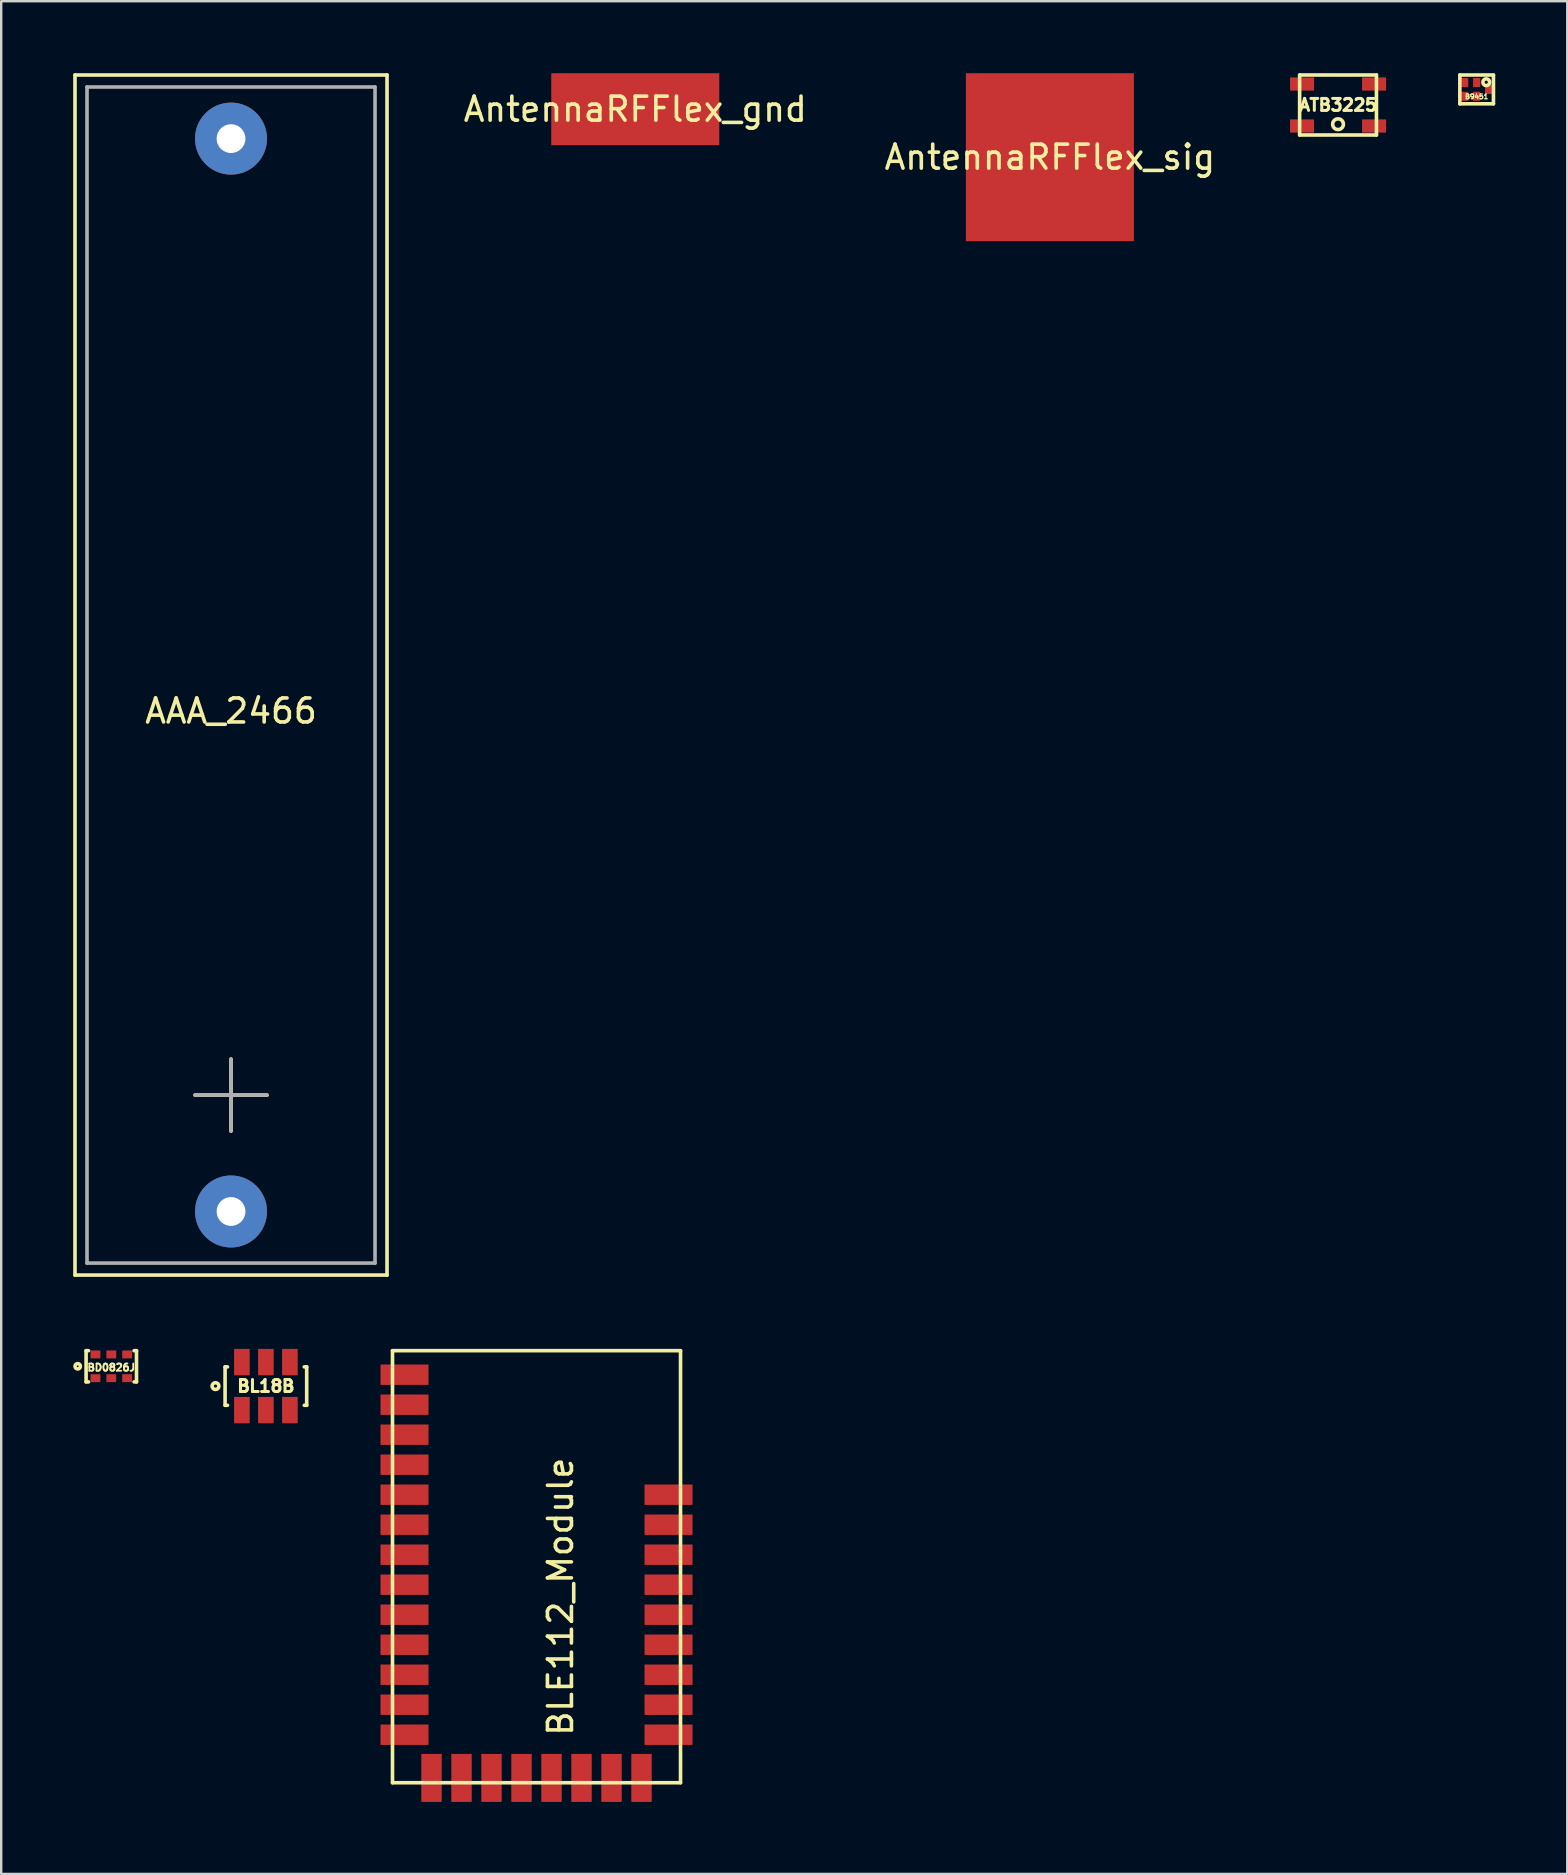
<source format=kicad_pcb>
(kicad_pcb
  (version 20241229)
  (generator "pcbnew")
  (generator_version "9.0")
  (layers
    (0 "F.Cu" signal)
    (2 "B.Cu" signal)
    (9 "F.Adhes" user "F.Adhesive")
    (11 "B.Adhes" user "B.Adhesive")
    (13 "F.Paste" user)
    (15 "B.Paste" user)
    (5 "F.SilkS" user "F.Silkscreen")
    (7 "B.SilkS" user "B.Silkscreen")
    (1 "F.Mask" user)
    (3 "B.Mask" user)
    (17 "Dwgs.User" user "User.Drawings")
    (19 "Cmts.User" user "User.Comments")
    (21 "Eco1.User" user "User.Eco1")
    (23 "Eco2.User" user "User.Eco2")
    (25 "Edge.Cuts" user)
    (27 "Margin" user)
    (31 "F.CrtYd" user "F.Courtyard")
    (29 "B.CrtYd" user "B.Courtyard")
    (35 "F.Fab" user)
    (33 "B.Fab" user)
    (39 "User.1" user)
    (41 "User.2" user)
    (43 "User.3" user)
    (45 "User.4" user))
  (footprint "BLE112_Module"
    (layer "F.Cu")
    (at 19.303 64.225)
    (property "Reference" "BLE112_Module" (at 1 -0.75 90) (layer "F.SilkS") (effects (font (size 1 1) (thickness 0.15))))
    (attr through_hole)
    (fp_line (start -6 -11) (end -6 7) (stroke (width 0.15) (type solid)) (layer "F.SilkS"))
    (fp_line (start -6 -11) (end 6 -11) (stroke (width 0.15) (type solid)) (layer "F.SilkS"))
    (fp_line (start -6 7) (end 6 7) (stroke (width 0.15) (type solid)) (layer "F.SilkS"))
    (fp_line (start 6 7) (end 6 -11) (stroke (width 0.15) (type solid)) (layer "F.SilkS"))
    (pad "1" smd rect (at -5.5 -10) (size 2 0.85) (layers "F.Cu" "F.Mask" "F.Paste"))
    (pad "2" smd rect (at -5.5 -8.75) (size 2 0.85) (layers "F.Cu" "F.Mask" "F.Paste"))
    (pad "3" smd rect (at -5.5 -7.5) (size 2 0.85) (layers "F.Cu" "F.Mask" "F.Paste"))
    (pad "4" smd rect (at -5.5 -6.25) (size 2 0.85) (layers "F.Cu" "F.Mask" "F.Paste"))
    (pad "5" smd rect (at -5.5 -5) (size 2 0.85) (layers "F.Cu" "F.Mask" "F.Paste"))
    (pad "6" smd rect (at -5.5 -3.75) (size 2 0.85) (layers "F.Cu" "F.Mask" "F.Paste"))
    (pad "7" smd rect (at -5.5 -2.5) (size 2 0.85) (layers "F.Cu" "F.Mask" "F.Paste"))
    (pad "8" smd rect (at -5.5 -1.25) (size 2 0.85) (layers "F.Cu" "F.Mask" "F.Paste"))
    (pad "9" smd rect (at -5.5 0) (size 2 0.85) (layers "F.Cu" "F.Mask" "F.Paste"))
    (pad "10" smd rect (at -5.5 1.25) (size 2 0.85) (layers "F.Cu" "F.Mask" "F.Paste"))
    (pad "11" smd rect (at -5.5 2.5) (size 2 0.85) (layers "F.Cu" "F.Mask" "F.Paste"))
    (pad "12" smd rect (at -5.5 3.75) (size 2 0.85) (layers "F.Cu" "F.Mask" "F.Paste"))
    (pad "13" smd rect (at -5.5 5) (size 2 0.85) (layers "F.Cu" "F.Mask" "F.Paste"))
    (pad "14" smd rect (at -4.375 6.8 90) (size 2 0.85) (layers "F.Cu" "F.Mask" "F.Paste"))
    (pad "15" smd rect (at -3.125 6.8 90) (size 2 0.85) (layers "F.Cu" "F.Mask" "F.Paste"))
    (pad "16" smd rect (at -1.875 6.8 90) (size 2 0.85) (layers "F.Cu" "F.Mask" "F.Paste"))
    (pad "17" smd rect (at -0.625 6.8 90) (size 2 0.85) (layers "F.Cu" "F.Mask" "F.Paste"))
    (pad "18" smd rect (at 0.625 6.8 90) (size 2 0.85) (layers "F.Cu" "F.Mask" "F.Paste"))
    (pad "19" smd rect (at 1.875 6.8 90) (size 2 0.85) (layers "F.Cu" "F.Mask" "F.Paste"))
    (pad "20" smd rect (at 3.125 6.8 90) (size 2 0.85) (layers "F.Cu" "F.Mask" "F.Paste"))
    (pad "21" smd rect (at 4.375 6.8 90) (size 2 0.85) (layers "F.Cu" "F.Mask" "F.Paste"))
    (pad "22" smd rect (at 5.5 5) (size 2 0.85) (layers "F.Cu" "F.Mask" "F.Paste"))
    (pad "23" smd rect (at 5.5 3.75) (size 2 0.85) (layers "F.Cu" "F.Mask" "F.Paste"))
    (pad "24" smd rect (at 5.5 2.5) (size 2 0.85) (layers "F.Cu" "F.Mask" "F.Paste"))
    (pad "25" smd rect (at 5.5 1.25) (size 2 0.85) (layers "F.Cu" "F.Mask" "F.Paste"))
    (pad "26" smd rect (at 5.5 0) (size 2 0.85) (layers "F.Cu" "F.Mask" "F.Paste"))
    (pad "27" smd rect (at 5.5 -1.25) (size 2 0.85) (layers "F.Cu" "F.Mask" "F.Paste"))
    (pad "28" smd rect (at 5.5 -2.5) (size 2 0.85) (layers "F.Cu" "F.Mask" "F.Paste"))
    (pad "29" smd rect (at 5.5 -3.75) (size 2 0.85) (layers "F.Cu" "F.Mask" "F.Paste"))
    (pad "30" smd rect (at 5.5 -5) (size 2 0.85) (layers "F.Cu" "F.Mask" "F.Paste")))
  (footprint "AAA_2466"
    (layer "F.Cu")
    (at 6.575 25.075)
    (property "Reference" "AAA_2466" (at 0 1.5 0) (layer "F.SilkS") (effects (font (size 1 1) (thickness 0.15))))
    (attr through_hole)
    (fp_line (start -6.5 -25) (end 6.5 -25) (stroke (width 0.15) (type solid)) (layer "F.SilkS"))
    (fp_line (start -6.5 25) (end -6.5 -25) (stroke (width 0.15) (type solid)) (layer "F.SilkS"))
    (fp_line (start -1.5 17.5) (end 1.5 17.5) (stroke (width 0.15) (type solid)) (layer "F.SilkS"))
    (fp_line (start 0 16) (end 0 19) (stroke (width 0.15) (type solid)) (layer "F.SilkS"))
    (fp_line (start 6.5 -25) (end 6.5 25) (stroke (width 0.15) (type solid)) (layer "F.SilkS"))
    (fp_line (start 6.5 25) (end -6.5 25) (stroke (width 0.15) (type solid)) (layer "F.SilkS"))
    (fp_line (start -6 -24.5) (end 6 -24.5) (stroke (width 0.15) (type solid)) (layer "F.Fab"))
    (fp_line (start -6 24.5) (end -6 -24.5) (stroke (width 0.15) (type solid)) (layer "F.Fab"))
    (fp_line (start -1.5 17.5) (end 1.5 17.5) (stroke (width 0.15) (type solid)) (layer "F.Fab"))
    (fp_line (start 0 19) (end 0 16) (stroke (width 0.15) (type solid)) (layer "F.Fab"))
    (fp_line (start 6 -24.5) (end 6 24.5) (stroke (width 0.15) (type solid)) (layer "F.Fab"))
    (fp_line (start 6 24.5) (end -6 24.5) (stroke (width 0.15) (type solid)) (layer "F.Fab"))
    (pad "1" thru_hole circle (at 0 22.35) (size 3 3) (drill 1.2) (layers "*.Cu" "*.Mask"))
    (pad "2" thru_hole circle (at 0 -22.35) (size 3 3) (drill 1.2) (layers "*.Cu" "*.Mask")))
  (footprint "AntennaRFFlex_sig"
    (layer "F.Cu")
    (at 40.692 3.5)
    (property "Reference" "AntennaRFFlex_sig" (at 0 0 0) (layer "F.SilkS") (effects (font (size 1 1) (thickness 0.15))))
    (attr through_hole)
    (pad "1" smd rect (at 0 0) (size 7 7) (layers "F.Cu" "F.Mask" "F.Paste")))
  (footprint "BL18B"
    (layer "F.Cu")
    (at 8.028 54.7)
    (property "Reference" "BL18B" (at 0 0 0) (layer "F.SilkS") (effects (font (size 0.5 0.5) (thickness 0.125))))
    (attr smd)
    (fp_line (start -1.7 -0.8) (end -1.7 0.8) (stroke (width 0.15) (type solid)) (layer "F.SilkS"))
    (fp_line (start -1.7 0.8) (end -1.6 0.8) (stroke (width 0.15) (type solid)) (layer "F.SilkS"))
    (fp_line (start -1.6 -0.8) (end -1.7 -0.8) (stroke (width 0.15) (type solid)) (layer "F.SilkS"))
    (fp_line (start 1.6 -0.8) (end 1.7 -0.8) (stroke (width 0.15) (type solid)) (layer "F.SilkS"))
    (fp_line (start 1.7 -0.8) (end 1.7 0.8) (stroke (width 0.15) (type solid)) (layer "F.SilkS"))
    (fp_line (start 1.7 0.8) (end 1.6 0.8) (stroke (width 0.15) (type solid)) (layer "F.SilkS"))
    (fp_circle (center -2.1 0) (end -2 0.1) (stroke (width 0.15) (type solid)) (fill no) (layer "F.SilkS"))
    (pad "1" smd rect (at -1 1) (size 0.65 1.1) (layers "F.Cu" "F.Mask" "F.Paste"))
    (pad "2" smd rect (at 0 1) (size 0.65 1.1) (layers "F.Cu" "F.Mask" "F.Paste"))
    (pad "3" smd rect (at 1 1) (size 0.65 1.1) (layers "F.Cu" "F.Mask" "F.Paste"))
    (pad "4" smd rect (at 1 -1) (size 0.65 1.1) (layers "F.Cu" "F.Mask" "F.Paste"))
    (pad "5" smd rect (at 0 -1) (size 0.65 1.1) (layers "F.Cu" "F.Mask" "F.Paste"))
    (pad "6" smd rect (at -1 -1) (size 0.65 1.1) (layers "F.Cu" "F.Mask" "F.Paste")))
  (footprint "B9451"
    (layer "F.Cu")
    (at 58.473 0.675)
    (property "Reference" "B9451" (at 0 0.3 0) (layer "F.SilkS") (effects (font (size 0.2 0.2) (thickness 0.05))))
    (attr through_hole)
    (fp_line (start -0.7 -0.6) (end 0.7 -0.6) (stroke (width 0.15) (type solid)) (layer "F.SilkS"))
    (fp_line (start -0.7 0.6) (end -0.7 -0.6) (stroke (width 0.15) (type solid)) (layer "F.SilkS"))
    (fp_line (start 0.7 -0.6) (end 0.7 0.6) (stroke (width 0.15) (type solid)) (layer "F.SilkS"))
    (fp_line (start 0.7 0.6) (end -0.7 0.6) (stroke (width 0.15) (type solid)) (layer "F.SilkS"))
    (fp_circle (center 0.4 -0.3) (end 0.5 -0.2) (stroke (width 0.15) (type solid)) (fill no) (layer "F.SilkS"))
    (pad "1" smd rect (at 0.5 0) (size 0.3 0.375) (layers "F.Cu" "F.Mask" "F.Paste"))
    (pad "2" smd rect (at 0 -0.287) (size 0.3 0.375) (layers "F.Cu" "F.Mask" "F.Paste"))
    (pad "3" smd rect (at -0.5 -0.287) (size 0.3 0.375) (layers "F.Cu" "F.Mask" "F.Paste"))
    (pad "4" smd rect (at -0.5 0.287) (size 0.3 0.375) (layers "F.Cu" "F.Mask" "F.Paste"))
    (pad "5" smd rect (at 0 0.287) (size 0.3 0.375) (layers "F.Cu" "F.Mask" "F.Paste")))
  (footprint "AntennaRFFlex_gnd"
    (layer "F.Cu")
    (at 23.418 1.5)
    (property "Reference" "AntennaRFFlex_gnd" (at 0 0 0) (layer "F.SilkS") (effects (font (size 1 1) (thickness 0.15))))
    (attr through_hole)
    (pad "1" smd rect (at 0 0) (size 7 3) (layers "F.Cu" "F.Mask" "F.Paste")))
  (footprint "ATB3225"
    (layer "F.Cu")
    (at 52.698 1.325)
    (property "Reference" "ATB3225" (at 0 0 0) (layer "F.SilkS") (effects (font (size 0.5 0.5) (thickness 0.125))))
    (attr through_hole)
    (fp_line (start -1.6 -1.25) (end -1.6 1.25) (stroke (width 0.15) (type solid)) (layer "F.SilkS"))
    (fp_line (start -1.6 1.25) (end 1.6 1.25) (stroke (width 0.15) (type solid)) (layer "F.SilkS"))
    (fp_line (start 1.6 -1.25) (end -1.6 -1.25) (stroke (width 0.15) (type solid)) (layer "F.SilkS"))
    (fp_line (start 1.6 1.25) (end 1.6 -1.25) (stroke (width 0.15) (type solid)) (layer "F.SilkS"))
    (fp_circle (center 0 0.8) (end 0.1 1) (stroke (width 0.15) (type solid)) (fill no) (layer "F.SilkS"))
    (pad "1" smd rect (at -1.5 0.875) (size 1 0.55) (layers "F.Cu" "F.Mask" "F.Paste"))
    (pad "2" smd rect (at -1.5 -0.875) (size 1 0.55) (layers "F.Cu" "F.Mask" "F.Paste"))
    (pad "3" smd rect (at 1.5 -0.875) (size 1 0.55) (layers "F.Cu" "F.Mask" "F.Paste"))
    (pad "4" smd rect (at 1.5 0.875) (size 1 0.55) (layers "F.Cu" "F.Mask" "F.Paste")))
  (footprint "BD0826J"
    (layer "F.Cu")
    (at 1.587 53.875)
    (property "Reference" "BD0826J" (at 0 0.05 0) (layer "F.SilkS") (effects (font (size 0.3 0.3) (thickness 0.075))))
    (attr smd)
    (fp_line (start -1.05 -0.65) (end -1.05 0.65) (stroke (width 0.15) (type solid)) (layer "F.SilkS"))
    (fp_line (start -1.05 0.65) (end -0.95 0.65) (stroke (width 0.15) (type solid)) (layer "F.SilkS"))
    (fp_line (start -0.95 -0.65) (end -1.05 -0.65) (stroke (width 0.15) (type solid)) (layer "F.SilkS"))
    (fp_line (start 0.95 -0.65) (end 1.05 -0.65) (stroke (width 0.15) (type solid)) (layer "F.SilkS"))
    (fp_line (start 1.05 -0.65) (end 1.05 0.65) (stroke (width 0.15) (type solid)) (layer "F.SilkS"))
    (fp_line (start 1.05 0.65) (end 0.95 0.65) (stroke (width 0.15) (type solid)) (layer "F.SilkS"))
    (fp_circle (center -1.4 0) (end -1.35 0.1) (stroke (width 0.15) (type solid)) (fill no) (layer "F.SilkS"))
    (pad "1" smd rect (at -0.66 0.495) (size 0.41 0.33) (layers "F.Cu" "F.Mask" "F.Paste"))
    (pad "2" smd rect (at 0 0.495) (size 0.41 0.33) (layers "F.Cu" "F.Mask" "F.Paste"))
    (pad "3" smd rect (at 0.66 0.495) (size 0.41 0.33) (layers "F.Cu" "F.Mask" "F.Paste"))
    (pad "4" smd rect (at 0.66 -0.495) (size 0.41 0.33) (layers "F.Cu" "F.Mask" "F.Paste"))
    (pad "5" smd rect (at 0 -0.495) (size 0.41 0.33) (layers "F.Cu" "F.Mask" "F.Paste"))
    (pad "6" smd rect (at -0.66 -0.495) (size 0.41 0.33) (layers "F.Cu" "F.Mask" "F.Paste")))
  (gr_rect
    (start -3 -3)
    (end 62.248 75.025)
    (stroke (width 0.1) (type default))
    (fill no)
    (layer "Edge.Cuts")))
</source>
